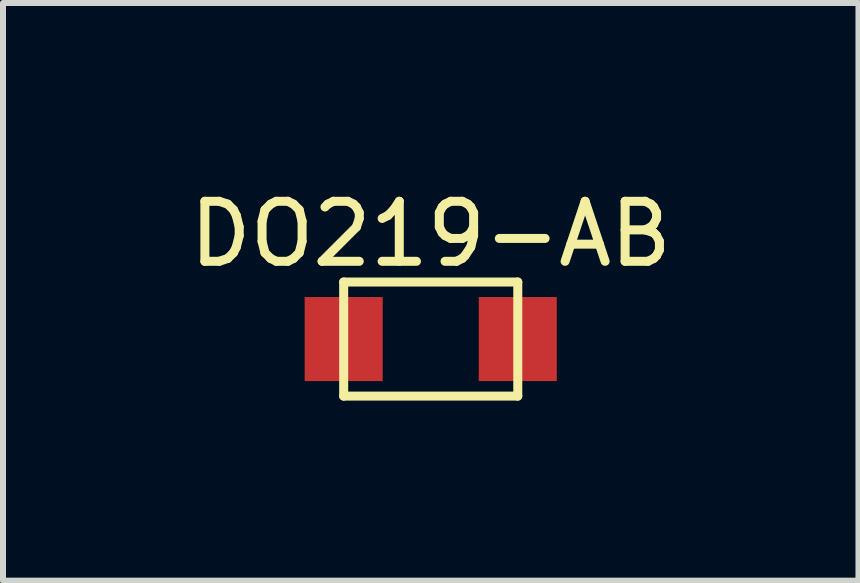
<source format=kicad_pcb>
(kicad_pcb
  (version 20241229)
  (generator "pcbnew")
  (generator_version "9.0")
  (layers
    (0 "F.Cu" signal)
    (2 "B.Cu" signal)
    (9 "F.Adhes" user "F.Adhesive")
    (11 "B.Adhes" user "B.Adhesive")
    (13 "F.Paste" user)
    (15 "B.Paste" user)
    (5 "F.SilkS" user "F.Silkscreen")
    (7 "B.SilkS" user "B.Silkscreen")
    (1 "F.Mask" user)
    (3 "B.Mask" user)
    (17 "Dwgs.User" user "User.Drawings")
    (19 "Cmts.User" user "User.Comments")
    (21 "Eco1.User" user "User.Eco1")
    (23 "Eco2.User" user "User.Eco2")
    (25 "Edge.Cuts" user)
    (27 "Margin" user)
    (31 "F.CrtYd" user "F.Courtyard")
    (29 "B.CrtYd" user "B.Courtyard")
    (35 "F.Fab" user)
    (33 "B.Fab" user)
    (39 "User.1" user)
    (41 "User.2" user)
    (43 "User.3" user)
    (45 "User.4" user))
  (footprint "DO219-AB"
    (layer "F.Cu")
    (at 4.125 2.598)
    (property "Reference" "DO219-AB" (at 0 -1.75 0) (layer "F.SilkS") (effects (font (size 1 1) (thickness 0.15))))
    (attr through_hole)
    (fp_line (start -1.45 -0.95) (end -1.45 0.95) (stroke (width 0.15) (type solid)) (layer "F.SilkS"))
    (fp_line (start -1.45 0.95) (end 1.45 0.95) (stroke (width 0.15) (type solid)) (layer "F.SilkS"))
    (fp_line (start 1.45 -0.95) (end -1.45 -0.95) (stroke (width 0.15) (type solid)) (layer "F.SilkS"))
    (fp_line (start 1.45 0.95) (end 1.45 -0.95) (stroke (width 0.15) (type solid)) (layer "F.SilkS"))
    (pad "1" smd rect (at -1.45 0) (size 1.3 1.4) (layers "F.Cu" "F.Mask" "F.Paste"))
    (pad "2" smd rect (at 1.45 0) (size 1.3 1.4) (layers "F.Cu" "F.Mask" "F.Paste")))
  (gr_rect
    (start -3 -3)
    (end 11.25 6.623)
    (stroke (width 0.1) (type default))
    (fill no)
    (layer "Edge.Cuts")))
</source>
